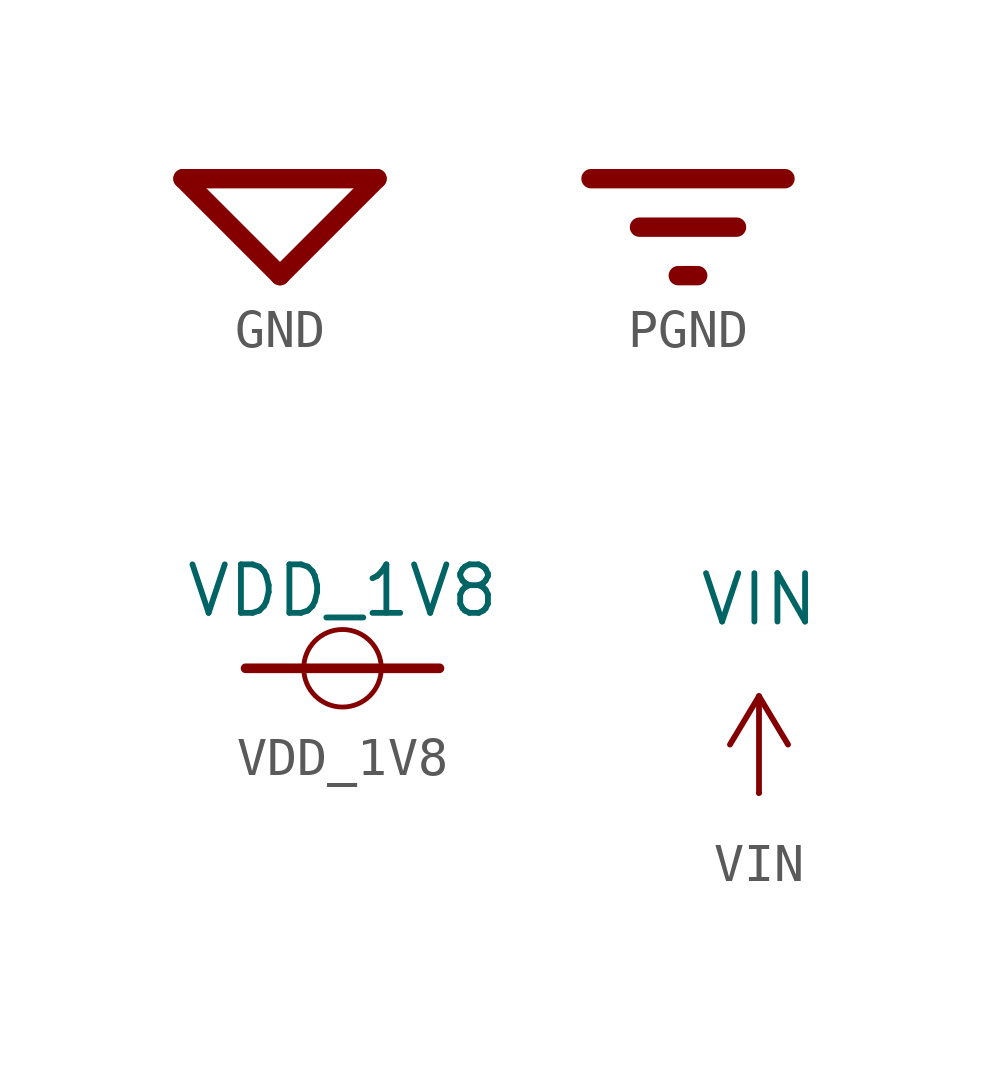
<source format=kicad_sym>
(kicad_symbol_lib
  (version 20231120)
  (generator "kicad_symbol_editor")
  (generator_version "8.0")
  (symbol "GND"
    (power)
    (pin_numbers hide)
    (pin_names
      (offset 0) hide)
    (property "Reference" "#PWR"
      (at 0 0 0)
      (effects (font (size 1.27 1.27)) (hide yes)))
    (symbol "GND_1_0"
      (polyline (pts (xy -2.54 0) (xy 2.54 0)) (stroke (width 0.508) (type solid)) (fill (type none)))
      (polyline (pts (xy 0 -2.54) (xy -2.54 0)) (stroke (width 0.508) (type solid)) (fill (type none)))
      (polyline (pts (xy 2.54 0) (xy 0 -2.54)) (stroke (width 0.508) (type solid)) (fill (type none)))
      (pin power_in line (at 0 0 270) (length 0) hide (name "~" (effects (font (size 1.206 1.206)))) (number "1" (effects (font (size 1.206 1.206)))))))
  (symbol "PGND"
    (power)
    (pin_numbers hide)
    (pin_names
      (offset 0) hide)
    (property "Reference" "#PWR"
      (at 0 0 0)
      (effects (font (size 1.27 1.27)) (hide yes)))
    (symbol "PGND_1_0"
      (polyline (pts (xy -2.54 0) (xy 2.54 0)) (stroke (width 0.508) (type solid)) (fill (type none)))
      (polyline (pts (xy -1.27 -1.27) (xy 1.27 -1.27)) (stroke (width 0.508) (type solid)) (fill (type none)))
      (polyline (pts (xy 0.254 -2.54) (xy -0.254 -2.54)) (stroke (width 0.508) (type solid)) (fill (type none)))
      (pin power_in line (at 0 0 270) (length 0) hide (name "~" (effects (font (size 1.206 1.206)))) (number "1" (effects (font (size 1.206 1.206)))))))
  (symbol "VDD_1V8"
    (power)
    (pin_numbers hide)
    (pin_names
      (offset 0) hide)
    (property "Reference" "#PWR"
      (at 0 0 0)
      (effects (font (size 1.27 1.27)) (hide yes)))
    (property "Value" "VDD_1V8"
      (at 0 2.032 0)
      (do_not_autoplace)
      (effects (font (size 1.27 1.27))))
    (symbol "VDD_1V8_1_0"
      (arc (start -1.016 0) (mid 0 -1.0116) (end 1.016 0) (stroke (width 0.127) (type solid)) (fill (type none)))
      (polyline (pts (xy 2.54 0) (xy -2.54 0)) (stroke (width 0.254) (type solid)) (fill (type none)))
      (arc (start 1.016 0) (mid 0 1.0116) (end -1.016 0) (stroke (width 0.127) (type solid)) (fill (type none)))
      (pin power_in line (at 0 0 90) (length 0) hide (name "~" (effects (font (size 1.206 1.206)))) (number "1" (effects (font (size 1.206 1.206)))))))
  (symbol "VIN"
    (power)
    (pin_numbers hide)
    (pin_names
      (offset 0) hide)
    (property "Reference" "#PWR096"
      (at 0 -3.81 0)
      (effects (font (size 1.27 1.27)) (hide yes)))
    (property "Value" "VIN"
      (at 0 5.08 0)
      (effects (font (size 1.27 1.27))))
    (symbol "VIN_0_1"
      (polyline (pts (xy -0.762 1.27) (xy 0 2.54)) (stroke (width 0) (type default)) (fill (type none)))
      (polyline (pts (xy 0 0) (xy 0 2.54)) (stroke (width 0) (type default)) (fill (type none)))
      (polyline (pts (xy 0 2.54) (xy 0.762 1.27)) (stroke (width 0) (type default)) (fill (type none))))
    (symbol "VIN_1_1"
      (pin power_in line (at 0 0 90) (length 0) (name "~" (effects (font (size 1.27 1.27)))) (number "1" (effects (font (size 1.27 1.27))))))))
</source>
